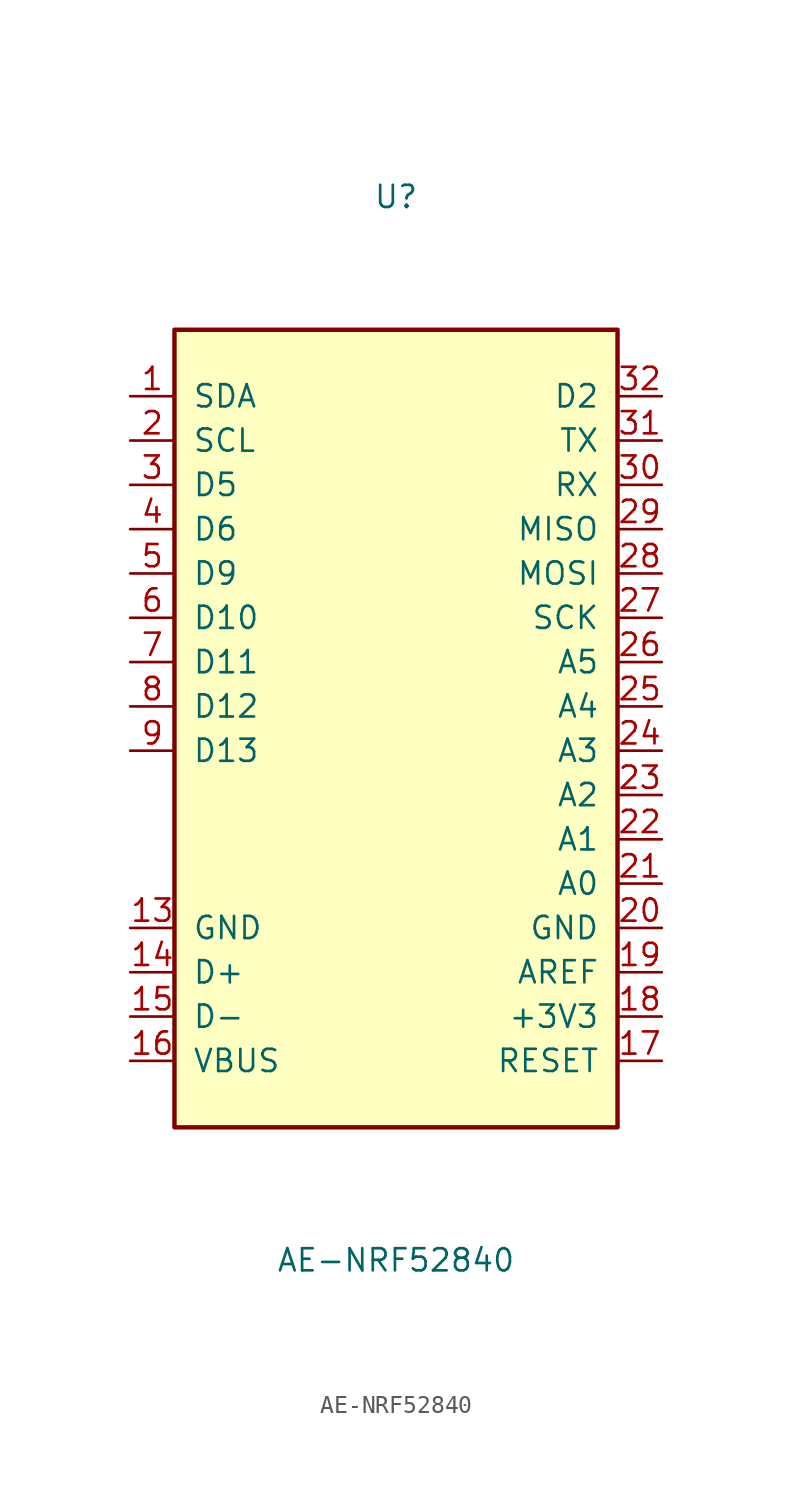
<source format=kicad_sym>
(kicad_symbol_lib
  (version 20241209)
  (generator "kicad_symbol_editor")
  (generator_version "9.0")
  (symbol "AE-NRF52840"
    (pin_names
      (offset 1.016))
    (property "Reference" "U"
      (at 0 30.48 0)
      (effects (font (size 1.27 1.27))))
    (property "Value" "AE-NRF52840"
      (at 0 -30.48 0)
      (effects (font (size 1.27 1.27))))
    (symbol "AE-NRF52840_0_1"
      (rectangle (start -12.7 22.86) (end 12.7 -22.86) (stroke (width 0.254) (type default)) (fill (type background)))
      (pin bidirectional line (at -15.24 19.05 0) (length 2.54) (name "SDA" (effects (font (size 1.27 1.27)))) (number "1" (effects (font (size 1.27 1.27)))))
      (pin bidirectional line (at -15.24 16.51 0) (length 2.54) (name "SCL" (effects (font (size 1.27 1.27)))) (number "2" (effects (font (size 1.27 1.27)))))
      (pin bidirectional line (at -15.24 13.97 0) (length 2.54) (name "D5" (effects (font (size 1.27 1.27)))) (number "3" (effects (font (size 1.27 1.27)))))
      (pin bidirectional line (at -15.24 11.43 0) (length 2.54) (name "D6" (effects (font (size 1.27 1.27)))) (number "4" (effects (font (size 1.27 1.27)))))
      (pin bidirectional line (at -15.24 8.89 0) (length 2.54) (name "D9" (effects (font (size 1.27 1.27)))) (number "5" (effects (font (size 1.27 1.27)))))
      (pin bidirectional line (at -15.24 6.35 0) (length 2.54) (name "D10" (effects (font (size 1.27 1.27)))) (number "6" (effects (font (size 1.27 1.27)))))
      (pin bidirectional line (at -15.24 3.81 0) (length 2.54) (name "D11" (effects (font (size 1.27 1.27)))) (number "7" (effects (font (size 1.27 1.27)))))
      (pin bidirectional line (at -15.24 1.27 0) (length 2.54) (name "D12" (effects (font (size 1.27 1.27)))) (number "8" (effects (font (size 1.27 1.27)))))
      (pin bidirectional line (at -15.24 -1.27 0) (length 2.54) (name "D13" (effects (font (size 1.27 1.27)))) (number "9" (effects (font (size 1.27 1.27)))))
      (pin power_in line (at -15.24 -11.43 0) (length 2.54) (name "GND" (effects (font (size 1.27 1.27)))) (number "13" (effects (font (size 1.27 1.27)))))
      (pin bidirectional line (at -15.24 -13.97 0) (length 2.54) (name "D+" (effects (font (size 1.27 1.27)))) (number "14" (effects (font (size 1.27 1.27)))))
      (pin bidirectional line (at -15.24 -16.51 0) (length 2.54) (name "D-" (effects (font (size 1.27 1.27)))) (number "15" (effects (font (size 1.27 1.27)))))
      (pin power_in line (at -15.24 -19.05 0) (length 2.54) (name "VBUS" (effects (font (size 1.27 1.27)))) (number "16" (effects (font (size 1.27 1.27)))))
      (pin bidirectional line (at 15.24 19.05 180) (length 2.54) (name "D2" (effects (font (size 1.27 1.27)))) (number "32" (effects (font (size 1.27 1.27)))))
      (pin output line (at 15.24 16.51 180) (length 2.54) (name "TX" (effects (font (size 1.27 1.27)))) (number "31" (effects (font (size 1.27 1.27)))))
      (pin input line (at 15.24 13.97 180) (length 2.54) (name "RX" (effects (font (size 1.27 1.27)))) (number "30" (effects (font (size 1.27 1.27)))))
      (pin bidirectional line (at 15.24 11.43 180) (length 2.54) (name "MISO" (effects (font (size 1.27 1.27)))) (number "29" (effects (font (size 1.27 1.27)))))
      (pin bidirectional line (at 15.24 8.89 180) (length 2.54) (name "MOSI" (effects (font (size 1.27 1.27)))) (number "28" (effects (font (size 1.27 1.27)))))
      (pin bidirectional line (at 15.24 6.35 180) (length 2.54) (name "SCK" (effects (font (size 1.27 1.27)))) (number "27" (effects (font (size 1.27 1.27)))))
      (pin bidirectional line (at 15.24 3.81 180) (length 2.54) (name "A5" (effects (font (size 1.27 1.27)))) (number "26" (effects (font (size 1.27 1.27)))))
      (pin bidirectional line (at 15.24 1.27 180) (length 2.54) (name "A4" (effects (font (size 1.27 1.27)))) (number "25" (effects (font (size 1.27 1.27)))))
      (pin bidirectional line (at 15.24 -1.27 180) (length 2.54) (name "A3" (effects (font (size 1.27 1.27)))) (number "24" (effects (font (size 1.27 1.27)))))
      (pin bidirectional line (at 15.24 -3.81 180) (length 2.54) (name "A2" (effects (font (size 1.27 1.27)))) (number "23" (effects (font (size 1.27 1.27)))))
      (pin bidirectional line (at 15.24 -6.35 180) (length 2.54) (name "A1" (effects (font (size 1.27 1.27)))) (number "22" (effects (font (size 1.27 1.27)))))
      (pin bidirectional line (at 15.24 -8.89 180) (length 2.54) (name "A0" (effects (font (size 1.27 1.27)))) (number "21" (effects (font (size 1.27 1.27)))))
      (pin power_in line (at 15.24 -11.43 180) (length 2.54) (name "GND" (effects (font (size 1.27 1.27)))) (number "20" (effects (font (size 1.27 1.27)))))
      (pin input line (at 15.24 -13.97 180) (length 2.54) (name "AREF" (effects (font (size 1.27 1.27)))) (number "19" (effects (font (size 1.27 1.27)))))
      (pin power_in line (at 15.24 -16.51 180) (length 2.54) (name "+3V3" (effects (font (size 1.27 1.27)))) (number "18" (effects (font (size 1.27 1.27)))))
      (pin input line (at 15.24 -19.05 180) (length 2.54) (name "RESET" (effects (font (size 1.27 1.27)))) (number "17" (effects (font (size 1.27 1.27))))))))
</source>
